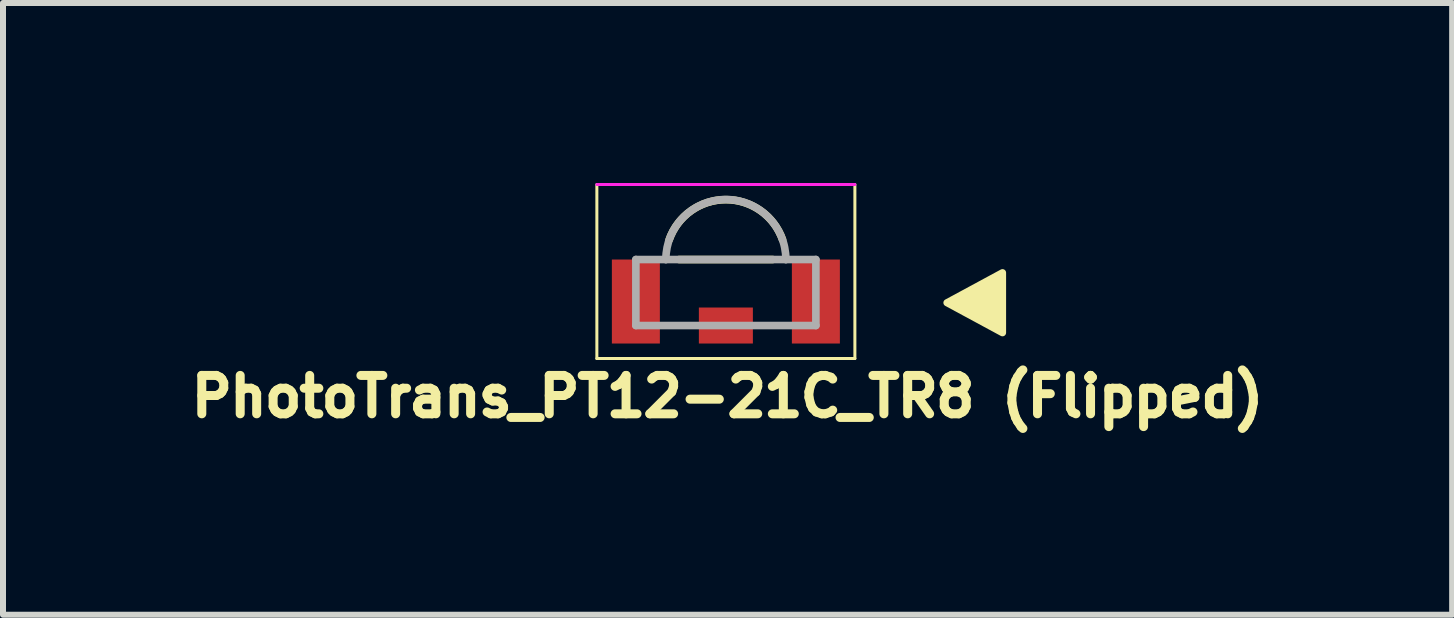
<source format=kicad_pcb>
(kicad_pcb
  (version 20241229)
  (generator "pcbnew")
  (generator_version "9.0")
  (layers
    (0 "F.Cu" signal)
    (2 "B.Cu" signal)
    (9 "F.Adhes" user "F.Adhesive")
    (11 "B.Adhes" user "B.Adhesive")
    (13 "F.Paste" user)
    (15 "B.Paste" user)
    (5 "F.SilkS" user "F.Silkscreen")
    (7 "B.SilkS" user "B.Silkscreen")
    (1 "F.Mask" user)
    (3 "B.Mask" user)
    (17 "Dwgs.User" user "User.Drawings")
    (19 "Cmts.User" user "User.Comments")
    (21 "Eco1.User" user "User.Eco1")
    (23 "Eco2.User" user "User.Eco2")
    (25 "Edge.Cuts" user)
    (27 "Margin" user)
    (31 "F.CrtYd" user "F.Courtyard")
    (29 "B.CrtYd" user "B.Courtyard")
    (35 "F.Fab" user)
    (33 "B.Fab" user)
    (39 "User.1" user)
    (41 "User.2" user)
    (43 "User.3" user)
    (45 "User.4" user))
  (footprint "PhotoTrans_PT12-21C_TR8 (Flipped)"
    (layer "F.Cu")
    (at 10.247 1.975)
    (property "Reference" "PhotoTrans_PT12-21C_TR8 (Flipped)" (at -1.172 1.583 180) (layer "F.SilkS") (effects (font (size 0.64 0.64) (thickness 0.15))))
    (attr through_hole)
    (fp_line (start -3.35 0.95) (end -3.35 -1.95) (stroke (width 0.05) (type solid)) (layer "F.SilkS"))
    (fp_line (start -1.98 -0.7) (end -0.42 -0.7) (stroke (width 0.127) (type solid)) (layer "F.SilkS"))
    (fp_line (start 0.95 -1.95) (end 0.95 0.95) (stroke (width 0.05) (type solid)) (layer "F.SilkS"))
    (fp_line (start 0.95 0.95) (end -3.35 0.95) (stroke (width 0.05) (type solid)) (layer "F.SilkS"))
    (fp_arc (start -2.145 -1.03) (mid -1.2 -1.69786) (end -0.255 -1.03) (stroke (width 0.127) (type solid)) (layer "F.SilkS"))
    (fp_poly (pts (xy 3.41 0.52) (xy 3.41 -0.48) (xy 2.485 0.02)) (stroke (width 0.12) (type solid)) (fill yes) (layer "F.SilkS"))
    (fp_line (start -3.35 -1.95) (end 0.95 -1.95) (stroke (width 0.05) (type solid)) (layer "F.CrtYd"))
    (fp_line (start -2.7 -0.7) (end -2.2 -0.7) (stroke (width 0.127) (type solid)) (layer "F.Fab"))
    (fp_line (start -2.7 0.4) (end -2.7 -0.7) (stroke (width 0.127) (type solid)) (layer "F.Fab"))
    (fp_line (start -2.2 -0.7) (end -0.2 -0.7) (stroke (width 0.127) (type solid)) (layer "F.Fab"))
    (fp_line (start -0.2 -0.7) (end 0.3 -0.7) (stroke (width 0.127) (type solid)) (layer "F.Fab"))
    (fp_line (start 0.3 -0.7) (end 0.3 0.4) (stroke (width 0.127) (type solid)) (layer "F.Fab"))
    (fp_line (start 0.3 0.4) (end -2.7 0.4) (stroke (width 0.127) (type solid)) (layer "F.Fab"))
    (fp_arc (start -2.2 -0.7) (mid -1.2 -1.7) (end -0.2 -0.7) (stroke (width 0.127) (type solid)) (layer "F.Fab"))
    (pad "C" smd rect (at 0.3 0) (size 0.8 1.4) (layers "F.Cu" "F.Mask" "F.Paste"))
    (pad "E" smd rect (at -2.7 0) (size 0.8 1.4) (layers "F.Cu" "F.Mask" "F.Paste"))
    (pad "P1" smd rect (at -1.2 0.4) (size 0.9 0.6) (layers "F.Cu" "F.Mask" "F.Paste")))
  (gr_rect
    (start -3 -3)
    (end 21.151 7.195)
    (stroke (width 0.1) (type default))
    (fill no)
    (layer "Edge.Cuts")))
</source>
